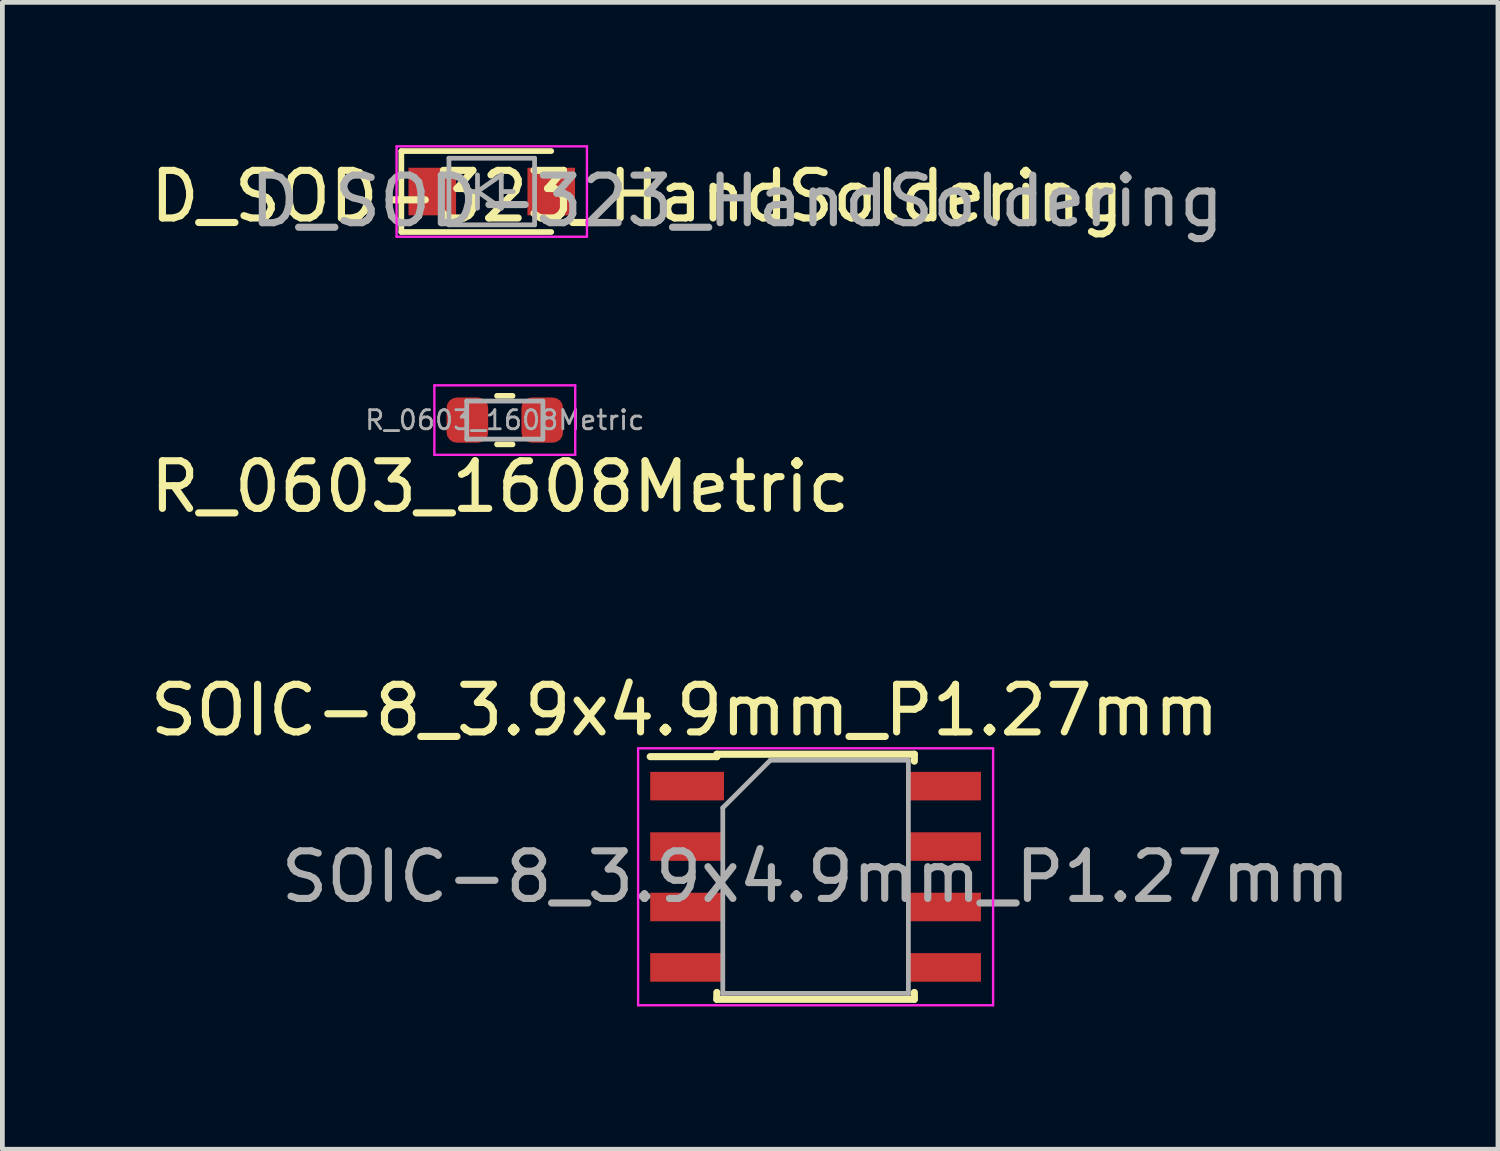
<source format=kicad_pcb>
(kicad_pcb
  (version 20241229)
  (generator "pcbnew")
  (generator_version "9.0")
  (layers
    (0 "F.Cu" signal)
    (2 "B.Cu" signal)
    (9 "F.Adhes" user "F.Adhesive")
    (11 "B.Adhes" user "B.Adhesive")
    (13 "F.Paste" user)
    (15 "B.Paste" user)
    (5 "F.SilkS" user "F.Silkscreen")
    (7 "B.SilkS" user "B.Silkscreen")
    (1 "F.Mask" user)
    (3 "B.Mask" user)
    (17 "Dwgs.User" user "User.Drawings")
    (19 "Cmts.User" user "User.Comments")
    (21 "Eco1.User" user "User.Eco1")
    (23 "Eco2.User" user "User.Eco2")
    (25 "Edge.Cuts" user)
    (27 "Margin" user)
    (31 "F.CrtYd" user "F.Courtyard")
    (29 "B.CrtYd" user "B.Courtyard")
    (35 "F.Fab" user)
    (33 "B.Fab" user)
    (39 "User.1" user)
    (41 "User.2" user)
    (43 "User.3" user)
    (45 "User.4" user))
  (footprint "D_SOD-323_HandSoldering"
    (layer "F.Cu")
    (at 7.284 0.975)
    (property "Reference" "D_SOD-323_HandSoldering" (at 3.055 0.1 0) (layer "F.SilkS") (effects (font (size 1 1) (thickness 0.15))))
    (attr smd)
    (fp_line (start -1.9 -0.85) (end -1.9 0.85) (stroke (width 0.12) (type solid)) (layer "F.SilkS"))
    (fp_line (start -1.9 -0.85) (end 1.25 -0.85) (stroke (width 0.12) (type solid)) (layer "F.SilkS"))
    (fp_line (start -1.9 0.85) (end 1.25 0.85) (stroke (width 0.12) (type solid)) (layer "F.SilkS"))
    (fp_line (start -2 -0.95) (end -2 0.95) (stroke (width 0.05) (type solid)) (layer "F.CrtYd"))
    (fp_line (start -2 -0.95) (end 2 -0.95) (stroke (width 0.05) (type solid)) (layer "F.CrtYd"))
    (fp_line (start -2 0.95) (end 2 0.95) (stroke (width 0.05) (type solid)) (layer "F.CrtYd"))
    (fp_line (start 2 -0.95) (end 2 0.95) (stroke (width 0.05) (type solid)) (layer "F.CrtYd"))
    (fp_line (start -0.9 -0.7) (end 0.9 -0.7) (stroke (width 0.1) (type solid)) (layer "F.Fab"))
    (fp_line (start -0.9 0.7) (end -0.9 -0.7) (stroke (width 0.1) (type solid)) (layer "F.Fab"))
    (fp_line (start -0.3 -0.35) (end -0.3 0.35) (stroke (width 0.1) (type solid)) (layer "F.Fab"))
    (fp_line (start -0.3 0) (end -0.5 0) (stroke (width 0.1) (type solid)) (layer "F.Fab"))
    (fp_line (start -0.3 0) (end 0.2 -0.35) (stroke (width 0.1) (type solid)) (layer "F.Fab"))
    (fp_line (start 0.2 -0.35) (end 0.2 0.35) (stroke (width 0.1) (type solid)) (layer "F.Fab"))
    (fp_line (start 0.2 0) (end 0.45 0) (stroke (width 0.1) (type solid)) (layer "F.Fab"))
    (fp_line (start 0.2 0.35) (end -0.3 0) (stroke (width 0.1) (type solid)) (layer "F.Fab"))
    (fp_line (start 0.9 -0.7) (end 0.9 0.7) (stroke (width 0.1) (type solid)) (layer "F.Fab"))
    (fp_line (start 0.9 0.7) (end -0.9 0.7) (stroke (width 0.1) (type solid)) (layer "F.Fab"))
    (fp_text user "${REFERENCE}" (at 5.155 0.2 0) (layer "F.Fab") (effects (font (size 1 1) (thickness 0.15))))
    (pad "1" smd rect (at -1.25 0) (size 1 1) (layers "F.Cu" "F.Mask" "F.Paste"))
    (pad "2" smd rect (at 1.25 0) (size 1 1) (layers "F.Cu" "F.Mask" "F.Paste")))
  (footprint "SOIC-8_3.9x4.9mm_P1.27mm"
    (layer "F.Cu")
    (at 14.089 15.375)
    (property "Reference" "SOIC-8_3.9x4.9mm_P1.27mm" (at -2.75 -3.5 0) (layer "F.SilkS") (effects (font (size 1 1) (thickness 0.15))))
    (attr smd)
    (fp_line (start -2.075 -2.575) (end -2.075 -2.525) (stroke (width 0.15) (type solid)) (layer "F.SilkS"))
    (fp_line (start -2.075 -2.575) (end 2.075 -2.575) (stroke (width 0.15) (type solid)) (layer "F.SilkS"))
    (fp_line (start -2.075 -2.525) (end -3.475 -2.525) (stroke (width 0.15) (type solid)) (layer "F.SilkS"))
    (fp_line (start -2.075 2.575) (end -2.075 2.43) (stroke (width 0.15) (type solid)) (layer "F.SilkS"))
    (fp_line (start -2.075 2.575) (end 2.075 2.575) (stroke (width 0.15) (type solid)) (layer "F.SilkS"))
    (fp_line (start 2.075 -2.575) (end 2.075 -2.43) (stroke (width 0.15) (type solid)) (layer "F.SilkS"))
    (fp_line (start 2.075 2.575) (end 2.075 2.43) (stroke (width 0.15) (type solid)) (layer "F.SilkS"))
    (fp_line (start -3.73 -2.7) (end -3.73 2.7) (stroke (width 0.05) (type solid)) (layer "F.CrtYd"))
    (fp_line (start -3.73 -2.7) (end 3.73 -2.7) (stroke (width 0.05) (type solid)) (layer "F.CrtYd"))
    (fp_line (start -3.73 2.7) (end 3.73 2.7) (stroke (width 0.05) (type solid)) (layer "F.CrtYd"))
    (fp_line (start 3.73 -2.7) (end 3.73 2.7) (stroke (width 0.05) (type solid)) (layer "F.CrtYd"))
    (fp_line (start -1.95 -1.45) (end -0.95 -2.45) (stroke (width 0.1) (type solid)) (layer "F.Fab"))
    (fp_line (start -1.95 2.45) (end -1.95 -1.45) (stroke (width 0.1) (type solid)) (layer "F.Fab"))
    (fp_line (start -0.95 -2.45) (end 1.95 -2.45) (stroke (width 0.1) (type solid)) (layer "F.Fab"))
    (fp_line (start 1.95 -2.45) (end 1.95 2.45) (stroke (width 0.1) (type solid)) (layer "F.Fab"))
    (fp_line (start 1.95 2.45) (end -1.95 2.45) (stroke (width 0.1) (type solid)) (layer "F.Fab"))
    (fp_text user "${REFERENCE}" (at 0 0 0) (layer "F.Fab") (effects (font (size 1 1) (thickness 0.15))))
    (pad "1" smd rect (at -2.7 -1.905) (size 1.55 0.6) (layers "F.Cu" "F.Mask" "F.Paste"))
    (pad "2" smd rect (at -2.7 -0.635) (size 1.55 0.6) (layers "F.Cu" "F.Mask" "F.Paste"))
    (pad "3" smd rect (at -2.7 0.635) (size 1.55 0.6) (layers "F.Cu" "F.Mask" "F.Paste"))
    (pad "4" smd rect (at -2.7 1.905) (size 1.55 0.6) (layers "F.Cu" "F.Mask" "F.Paste"))
    (pad "5" smd rect (at 2.7 1.905) (size 1.55 0.6) (layers "F.Cu" "F.Mask" "F.Paste"))
    (pad "6" smd rect (at 2.7 0.635) (size 1.55 0.6) (layers "F.Cu" "F.Mask" "F.Paste"))
    (pad "7" smd rect (at 2.7 -0.635) (size 1.55 0.6) (layers "F.Cu" "F.Mask" "F.Paste"))
    (pad "8" smd rect (at 2.7 -1.905) (size 1.55 0.6) (layers "F.Cu" "F.Mask" "F.Paste")))
  (footprint "R_0603_1608Metric"
    (layer "F.Cu")
    (at 7.558 5.778)
    (property "Reference" "R_0603_1608Metric" (at -0.1 1.4 180) (layer "F.SilkS") (effects (font (size 1 1) (thickness 0.15))))
    (attr smd)
    (fp_line (start -0.163 -0.51) (end 0.163 -0.51) (stroke (width 0.12) (type solid)) (layer "F.SilkS"))
    (fp_line (start -0.163 0.51) (end 0.163 0.51) (stroke (width 0.12) (type solid)) (layer "F.SilkS"))
    (fp_line (start -1.48 -0.73) (end 1.48 -0.73) (stroke (width 0.05) (type solid)) (layer "F.CrtYd"))
    (fp_line (start -1.48 0.73) (end -1.48 -0.73) (stroke (width 0.05) (type solid)) (layer "F.CrtYd"))
    (fp_line (start 1.48 -0.73) (end 1.48 0.73) (stroke (width 0.05) (type solid)) (layer "F.CrtYd"))
    (fp_line (start 1.48 0.73) (end -1.48 0.73) (stroke (width 0.05) (type solid)) (layer "F.CrtYd"))
    (fp_line (start -0.8 -0.4) (end 0.8 -0.4) (stroke (width 0.1) (type solid)) (layer "F.Fab"))
    (fp_line (start -0.8 0.4) (end -0.8 -0.4) (stroke (width 0.1) (type solid)) (layer "F.Fab"))
    (fp_line (start 0.8 -0.4) (end 0.8 0.4) (stroke (width 0.1) (type solid)) (layer "F.Fab"))
    (fp_line (start 0.8 0.4) (end -0.8 0.4) (stroke (width 0.1) (type solid)) (layer "F.Fab"))
    (fp_text user "${REFERENCE}" (at 0 0 180) (layer "F.Fab") (effects (font (size 0.4 0.4) (thickness 0.06))))
    (pad "1" smd roundrect (at -0.787 0) (size 0.875 0.95) (layers "F.Cu" "F.Mask" "F.Paste") (roundrect_rratio 0.25))
    (pad "2" smd roundrect (at 0.787 0) (size 0.875 0.95) (layers "F.Cu" "F.Mask" "F.Paste") (roundrect_rratio 0.25)))
  (gr_rect
    (start -3 -3)
    (end 28.429 21.1)
    (stroke (width 0.1) (type default))
    (fill no)
    (layer "Edge.Cuts")))
</source>
